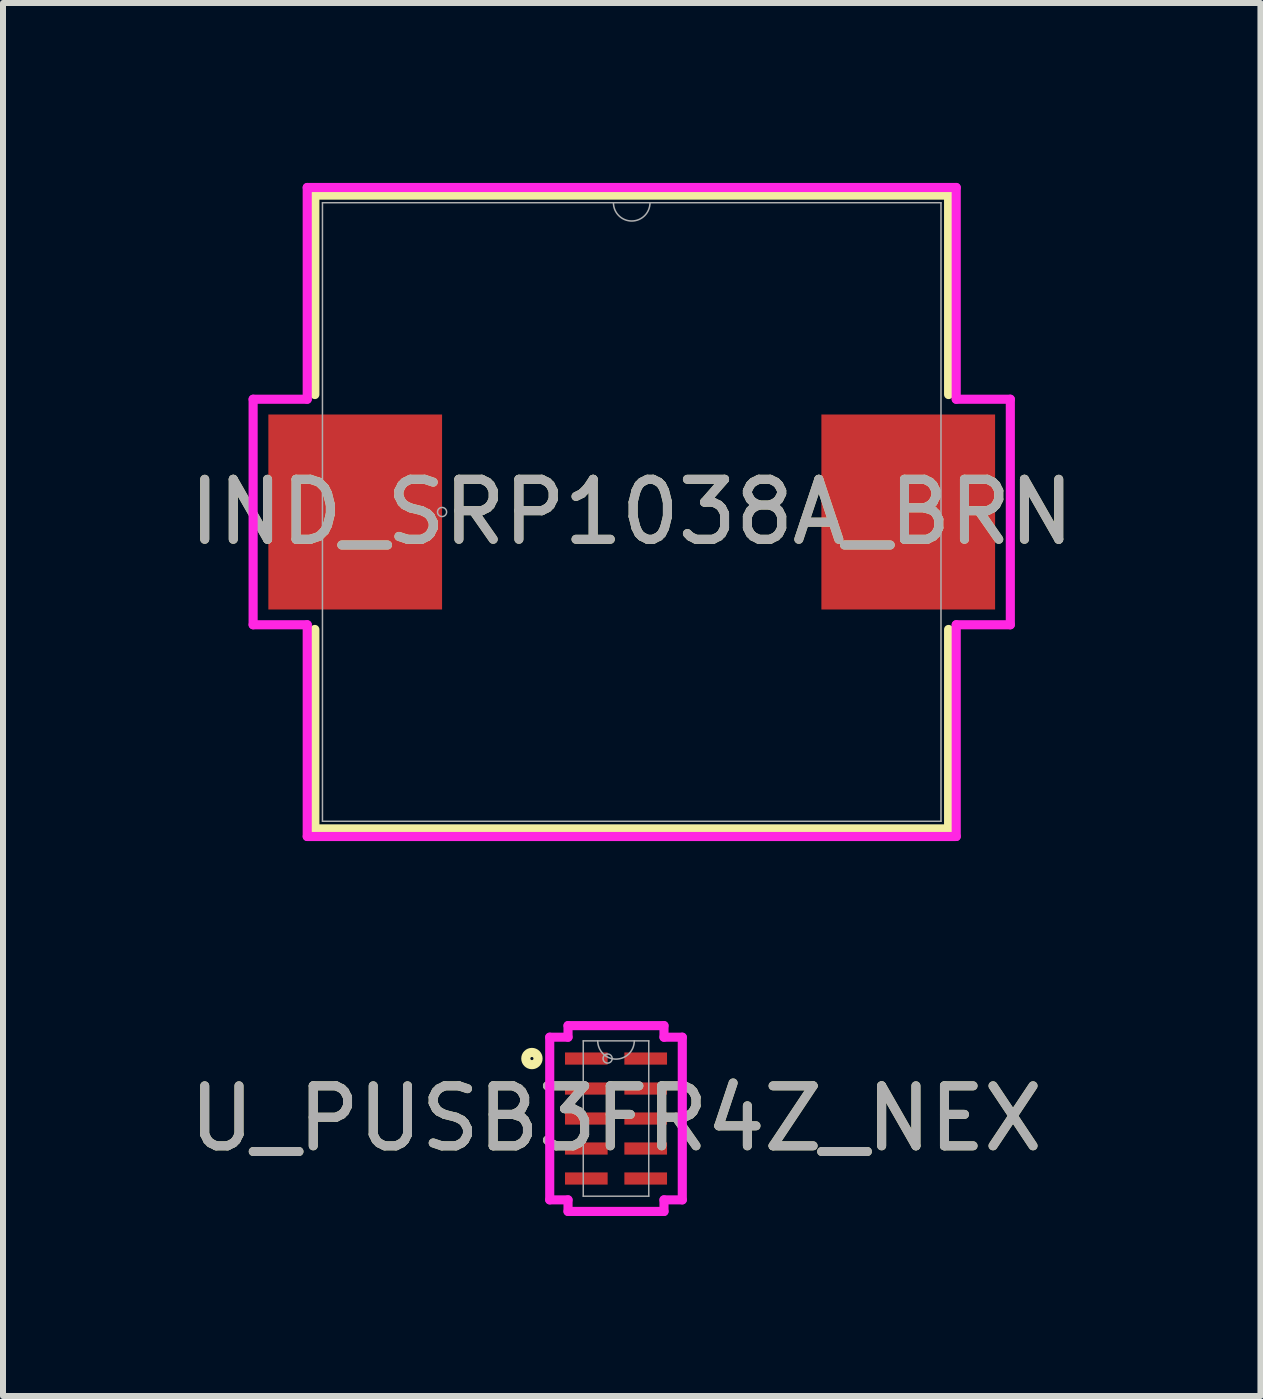
<source format=kicad_pcb>
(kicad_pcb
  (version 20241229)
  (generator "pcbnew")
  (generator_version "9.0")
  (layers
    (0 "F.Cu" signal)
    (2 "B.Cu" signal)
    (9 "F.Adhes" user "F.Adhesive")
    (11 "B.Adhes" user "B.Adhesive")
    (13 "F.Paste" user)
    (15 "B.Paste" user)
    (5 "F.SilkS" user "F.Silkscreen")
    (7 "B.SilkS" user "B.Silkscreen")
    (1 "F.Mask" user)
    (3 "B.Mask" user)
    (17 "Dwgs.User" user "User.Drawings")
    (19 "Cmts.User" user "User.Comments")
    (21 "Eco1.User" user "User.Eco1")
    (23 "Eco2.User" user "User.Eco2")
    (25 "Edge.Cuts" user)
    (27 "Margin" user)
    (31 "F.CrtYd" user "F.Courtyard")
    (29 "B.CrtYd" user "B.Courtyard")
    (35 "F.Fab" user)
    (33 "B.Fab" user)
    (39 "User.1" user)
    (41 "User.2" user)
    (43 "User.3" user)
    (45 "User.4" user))
  (footprint "IND_SRP1038A_BRN"
    (layer "F.Cu")
    (at 7.482 5.486)
    (property "Reference" "IND_SRP1038A_BRN" (at 0 0 0) (unlocked yes) (layer "F.SilkS") (effects (font (size 1 1) (thickness 0.15))))
    (attr smd)
    (fp_line (start -5.283 -5.283) (end -5.283 -1.958) (stroke (width 0.152) (type solid)) (layer "F.SilkS"))
    (fp_line (start -5.283 1.958) (end -5.283 5.283) (stroke (width 0.152) (type solid)) (layer "F.SilkS"))
    (fp_line (start -5.283 5.283) (end 5.283 5.283) (stroke (width 0.152) (type solid)) (layer "F.SilkS"))
    (fp_line (start 5.283 -5.283) (end -5.283 -5.283) (stroke (width 0.152) (type solid)) (layer "F.SilkS"))
    (fp_line (start 5.283 -1.958) (end 5.283 -5.283) (stroke (width 0.152) (type solid)) (layer "F.SilkS"))
    (fp_line (start 5.283 5.283) (end 5.283 1.958) (stroke (width 0.152) (type solid)) (layer "F.SilkS"))
    (fp_line (start -6.312 -1.88) (end -5.41 -1.88) (stroke (width 0.152) (type solid)) (layer "F.CrtYd"))
    (fp_line (start -6.312 1.88) (end -6.312 -1.88) (stroke (width 0.152) (type solid)) (layer "F.CrtYd"))
    (fp_line (start -6.312 1.88) (end -5.41 1.88) (stroke (width 0.152) (type solid)) (layer "F.CrtYd"))
    (fp_line (start -5.41 -5.41) (end 5.41 -5.41) (stroke (width 0.152) (type solid)) (layer "F.CrtYd"))
    (fp_line (start -5.41 -1.88) (end -5.41 -5.41) (stroke (width 0.152) (type solid)) (layer "F.CrtYd"))
    (fp_line (start -5.41 5.41) (end -5.41 1.88) (stroke (width 0.152) (type solid)) (layer "F.CrtYd"))
    (fp_line (start 5.41 -5.41) (end 5.41 -1.88) (stroke (width 0.152) (type solid)) (layer "F.CrtYd"))
    (fp_line (start 5.41 1.88) (end 5.41 5.41) (stroke (width 0.152) (type solid)) (layer "F.CrtYd"))
    (fp_line (start 5.41 5.41) (end -5.41 5.41) (stroke (width 0.152) (type solid)) (layer "F.CrtYd"))
    (fp_line (start 6.312 -1.88) (end 5.41 -1.88) (stroke (width 0.152) (type solid)) (layer "F.CrtYd"))
    (fp_line (start 6.312 -1.88) (end 6.312 1.88) (stroke (width 0.152) (type solid)) (layer "F.CrtYd"))
    (fp_line (start 6.312 1.88) (end 5.41 1.88) (stroke (width 0.152) (type solid)) (layer "F.CrtYd"))
    (fp_line (start -5.156 -5.156) (end -5.156 5.156) (stroke (width 0.025) (type solid)) (layer "F.Fab"))
    (fp_line (start -5.156 5.156) (end 5.156 5.156) (stroke (width 0.025) (type solid)) (layer "F.Fab"))
    (fp_line (start 5.156 -5.156) (end -5.156 -5.156) (stroke (width 0.025) (type solid)) (layer "F.Fab"))
    (fp_line (start 5.156 5.156) (end 5.156 -5.156) (stroke (width 0.025) (type solid)) (layer "F.Fab"))
    (fp_arc (start 0.3048 -5.1562) (mid 0 -4.8514) (end -0.3048 -5.1562) (stroke (width 0.0254) (type solid)) (layer "F.Fab"))
    (fp_circle (center -3.162 0) (end -3.086 0) (stroke (width 0.025) (type solid)) (fill no) (layer "F.Fab"))
    (fp_text user "${REFERENCE}" (at 0 0 0) (unlocked yes) (layer "F.Fab") (effects (font (size 1 1) (thickness 0.15))))
    (pad "1" smd rect (at -4.61 0) (size 2.896 3.251) (layers "F.Cu" "F.Mask" "F.Paste"))
    (pad "2" smd rect (at 4.61 0) (size 2.896 3.251) (layers "F.Cu" "F.Mask" "F.Paste")))
  (footprint "U_PUSB3FR4Z_NEX"
    (layer "F.Cu")
    (at 7.22 15.598)
    (property "Reference" "U_PUSB3FR4Z_NEX" (at 0 0 0) (unlocked yes) (layer "F.SilkS") (effects (font (size 1 1) (thickness 0.15))))
    (attr smd)
    (fp_circle (center -1.402 -1) (end -1.3 -1) (stroke (width 0.152) (type solid)) (fill no) (layer "F.SilkS"))
    (fp_line (start -1.105 -1.356) (end -0.8 -1.356) (stroke (width 0.152) (type solid)) (layer "F.CrtYd"))
    (fp_line (start -1.105 1.356) (end -1.105 -1.356) (stroke (width 0.152) (type solid)) (layer "F.CrtYd"))
    (fp_line (start -1.105 1.356) (end -0.8 1.356) (stroke (width 0.152) (type solid)) (layer "F.CrtYd"))
    (fp_line (start -0.8 -1.549) (end 0.8 -1.549) (stroke (width 0.152) (type solid)) (layer "F.CrtYd"))
    (fp_line (start -0.8 -1.356) (end -0.8 -1.549) (stroke (width 0.152) (type solid)) (layer "F.CrtYd"))
    (fp_line (start -0.8 1.549) (end -0.8 1.356) (stroke (width 0.152) (type solid)) (layer "F.CrtYd"))
    (fp_line (start 0.8 -1.549) (end 0.8 -1.356) (stroke (width 0.152) (type solid)) (layer "F.CrtYd"))
    (fp_line (start 0.8 1.356) (end 0.8 1.549) (stroke (width 0.152) (type solid)) (layer "F.CrtYd"))
    (fp_line (start 0.8 1.549) (end -0.8 1.549) (stroke (width 0.152) (type solid)) (layer "F.CrtYd"))
    (fp_line (start 1.105 -1.356) (end 0.8 -1.356) (stroke (width 0.152) (type solid)) (layer "F.CrtYd"))
    (fp_line (start 1.105 -1.356) (end 1.105 1.356) (stroke (width 0.152) (type solid)) (layer "F.CrtYd"))
    (fp_line (start 1.105 1.356) (end 0.8 1.356) (stroke (width 0.152) (type solid)) (layer "F.CrtYd"))
    (fp_line (start -0.546 -1.295) (end -0.546 1.295) (stroke (width 0.025) (type solid)) (layer "F.Fab"))
    (fp_line (start -0.546 1.295) (end 0.546 1.295) (stroke (width 0.025) (type solid)) (layer "F.Fab"))
    (fp_line (start 0.546 -1.295) (end -0.546 -1.295) (stroke (width 0.025) (type solid)) (layer "F.Fab"))
    (fp_line (start 0.546 1.295) (end 0.546 -1.295) (stroke (width 0.025) (type solid)) (layer "F.Fab"))
    (fp_arc (start 0.3048 -1.2954) (mid 0 -0.9906) (end -0.3048 -1.2954) (stroke (width 0.0254) (type solid)) (layer "F.Fab"))
    (fp_circle (center -0.14 -1) (end -0.064 -1) (stroke (width 0.025) (type solid)) (fill no) (layer "F.Fab"))
    (fp_text user "${REFERENCE}" (at 0 0 0) (unlocked yes) (layer "F.Fab") (effects (font (size 1 1) (thickness 0.15))))
    (pad "1" smd rect (at -0.495 -1) (size 0.711 0.203) (layers "F.Cu" "F.Mask" "F.Paste"))
    (pad "2" smd rect (at -0.495 -0.5) (size 0.711 0.203) (layers "F.Cu" "F.Mask" "F.Paste"))
    (pad "3" smd rect (at -0.495 0) (size 0.711 0.203) (layers "F.Cu" "F.Mask" "F.Paste"))
    (pad "4" smd rect (at -0.495 0.5) (size 0.711 0.203) (layers "F.Cu" "F.Mask" "F.Paste"))
    (pad "5" smd rect (at -0.495 1) (size 0.711 0.203) (layers "F.Cu" "F.Mask" "F.Paste"))
    (pad "6" smd rect (at 0.495 1) (size 0.711 0.203) (layers "F.Cu" "F.Mask" "F.Paste"))
    (pad "7" smd rect (at 0.495 0.5) (size 0.711 0.203) (layers "F.Cu" "F.Mask" "F.Paste"))
    (pad "8" smd rect (at 0.495 0) (size 0.711 0.203) (layers "F.Cu" "F.Mask" "F.Paste"))
    (pad "9" smd rect (at 0.495 -0.5) (size 0.711 0.203) (layers "F.Cu" "F.Mask" "F.Paste"))
    (pad "10" smd rect (at 0.495 -1) (size 0.711 0.203) (layers "F.Cu" "F.Mask" "F.Paste")))
  (gr_rect
    (start -3 -3)
    (end 17.964 20.224)
    (stroke (width 0.1) (type default))
    (fill no)
    (layer "Edge.Cuts")))
</source>
